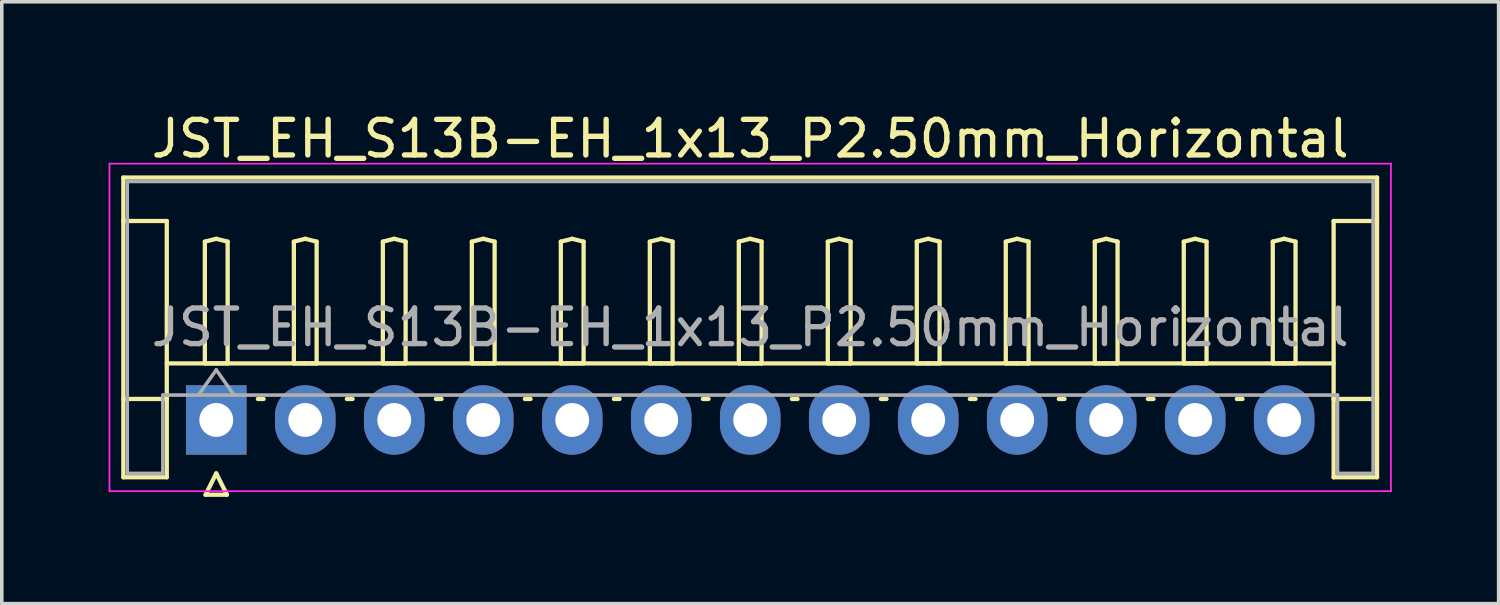
<source format=kicad_pcb>
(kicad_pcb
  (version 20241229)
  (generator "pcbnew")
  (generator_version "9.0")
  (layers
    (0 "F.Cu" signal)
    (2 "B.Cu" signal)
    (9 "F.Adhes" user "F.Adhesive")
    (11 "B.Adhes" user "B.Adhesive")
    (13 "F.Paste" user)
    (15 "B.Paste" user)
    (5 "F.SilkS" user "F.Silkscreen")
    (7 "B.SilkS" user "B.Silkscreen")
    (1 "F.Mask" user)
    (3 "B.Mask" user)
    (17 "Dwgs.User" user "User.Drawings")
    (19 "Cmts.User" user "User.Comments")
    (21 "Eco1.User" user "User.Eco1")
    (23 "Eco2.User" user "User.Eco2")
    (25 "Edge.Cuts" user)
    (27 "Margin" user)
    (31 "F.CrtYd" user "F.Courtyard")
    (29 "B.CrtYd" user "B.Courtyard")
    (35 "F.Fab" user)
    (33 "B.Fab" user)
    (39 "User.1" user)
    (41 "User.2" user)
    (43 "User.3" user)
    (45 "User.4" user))
  (footprint "JST_EH_S13B-EH_1x13_P2.50mm_Horizontal"
    (layer "F.Cu")
    (at 3.025 8.748)
    (property "Reference" "JST_EH_S13B-EH_1x13_P2.50mm_Horizontal" (at 15 -7.9 0) (layer "F.SilkS") (effects (font (size 1 1) (thickness 0.15))))
    (attr through_hole)
    (fp_line (start -2.61 -6.81) (end 32.61 -6.81) (stroke (width 0.12) (type solid)) (layer "F.SilkS"))
    (fp_line (start -2.61 -5.59) (end -1.39 -5.59) (stroke (width 0.12) (type solid)) (layer "F.SilkS"))
    (fp_line (start -2.61 1.61) (end -2.61 -6.81) (stroke (width 0.12) (type solid)) (layer "F.SilkS"))
    (fp_line (start -1.39 -5.59) (end -1.39 -0.59) (stroke (width 0.12) (type solid)) (layer "F.SilkS"))
    (fp_line (start -1.39 -1.59) (end 31.39 -1.59) (stroke (width 0.12) (type solid)) (layer "F.SilkS"))
    (fp_line (start -1.39 -0.59) (end -2.61 -0.59) (stroke (width 0.12) (type solid)) (layer "F.SilkS"))
    (fp_line (start -1.39 -0.59) (end -1.39 1.61) (stroke (width 0.12) (type solid)) (layer "F.SilkS"))
    (fp_line (start -1.39 1.61) (end -2.61 1.61) (stroke (width 0.12) (type solid)) (layer "F.SilkS"))
    (fp_line (start -0.32 -5.01) (end 0 -5.09) (stroke (width 0.12) (type solid)) (layer "F.SilkS"))
    (fp_line (start -0.32 -1.59) (end -0.32 -5.01) (stroke (width 0.12) (type solid)) (layer "F.SilkS"))
    (fp_line (start -0.3 2.1) (end 0.3 2.1) (stroke (width 0.12) (type solid)) (layer "F.SilkS"))
    (fp_line (start 0 -5.09) (end 0.32 -5.01) (stroke (width 0.12) (type solid)) (layer "F.SilkS"))
    (fp_line (start 0 -1.59) (end -0.32 -1.59) (stroke (width 0.12) (type solid)) (layer "F.SilkS"))
    (fp_line (start 0 1.5) (end -0.3 2.1) (stroke (width 0.12) (type solid)) (layer "F.SilkS"))
    (fp_line (start 0.3 2.1) (end 0 1.5) (stroke (width 0.12) (type solid)) (layer "F.SilkS"))
    (fp_line (start 0.32 -5.01) (end 0.32 -1.59) (stroke (width 0.12) (type solid)) (layer "F.SilkS"))
    (fp_line (start 0.32 -1.59) (end 0 -1.59) (stroke (width 0.12) (type solid)) (layer "F.SilkS"))
    (fp_line (start 1.17 -0.59) (end 1.33 -0.59) (stroke (width 0.12) (type solid)) (layer "F.SilkS"))
    (fp_line (start 2.18 -5.01) (end 2.5 -5.09) (stroke (width 0.12) (type solid)) (layer "F.SilkS"))
    (fp_line (start 2.18 -1.59) (end 2.18 -5.01) (stroke (width 0.12) (type solid)) (layer "F.SilkS"))
    (fp_line (start 2.5 -5.09) (end 2.82 -5.01) (stroke (width 0.12) (type solid)) (layer "F.SilkS"))
    (fp_line (start 2.5 -1.59) (end 2.18 -1.59) (stroke (width 0.12) (type solid)) (layer "F.SilkS"))
    (fp_line (start 2.82 -5.01) (end 2.82 -1.59) (stroke (width 0.12) (type solid)) (layer "F.SilkS"))
    (fp_line (start 2.82 -1.59) (end 2.5 -1.59) (stroke (width 0.12) (type solid)) (layer "F.SilkS"))
    (fp_line (start 3.67 -0.59) (end 3.83 -0.59) (stroke (width 0.12) (type solid)) (layer "F.SilkS"))
    (fp_line (start 4.68 -5.01) (end 5 -5.09) (stroke (width 0.12) (type solid)) (layer "F.SilkS"))
    (fp_line (start 4.68 -1.59) (end 4.68 -5.01) (stroke (width 0.12) (type solid)) (layer "F.SilkS"))
    (fp_line (start 5 -5.09) (end 5.32 -5.01) (stroke (width 0.12) (type solid)) (layer "F.SilkS"))
    (fp_line (start 5 -1.59) (end 4.68 -1.59) (stroke (width 0.12) (type solid)) (layer "F.SilkS"))
    (fp_line (start 5.32 -5.01) (end 5.32 -1.59) (stroke (width 0.12) (type solid)) (layer "F.SilkS"))
    (fp_line (start 5.32 -1.59) (end 5 -1.59) (stroke (width 0.12) (type solid)) (layer "F.SilkS"))
    (fp_line (start 6.17 -0.59) (end 6.33 -0.59) (stroke (width 0.12) (type solid)) (layer "F.SilkS"))
    (fp_line (start 7.18 -5.01) (end 7.5 -5.09) (stroke (width 0.12) (type solid)) (layer "F.SilkS"))
    (fp_line (start 7.18 -1.59) (end 7.18 -5.01) (stroke (width 0.12) (type solid)) (layer "F.SilkS"))
    (fp_line (start 7.5 -5.09) (end 7.82 -5.01) (stroke (width 0.12) (type solid)) (layer "F.SilkS"))
    (fp_line (start 7.5 -1.59) (end 7.18 -1.59) (stroke (width 0.12) (type solid)) (layer "F.SilkS"))
    (fp_line (start 7.82 -5.01) (end 7.82 -1.59) (stroke (width 0.12) (type solid)) (layer "F.SilkS"))
    (fp_line (start 7.82 -1.59) (end 7.5 -1.59) (stroke (width 0.12) (type solid)) (layer "F.SilkS"))
    (fp_line (start 8.67 -0.59) (end 8.83 -0.59) (stroke (width 0.12) (type solid)) (layer "F.SilkS"))
    (fp_line (start 9.68 -5.01) (end 10 -5.09) (stroke (width 0.12) (type solid)) (layer "F.SilkS"))
    (fp_line (start 9.68 -1.59) (end 9.68 -5.01) (stroke (width 0.12) (type solid)) (layer "F.SilkS"))
    (fp_line (start 10 -5.09) (end 10.32 -5.01) (stroke (width 0.12) (type solid)) (layer "F.SilkS"))
    (fp_line (start 10 -1.59) (end 9.68 -1.59) (stroke (width 0.12) (type solid)) (layer "F.SilkS"))
    (fp_line (start 10.32 -5.01) (end 10.32 -1.59) (stroke (width 0.12) (type solid)) (layer "F.SilkS"))
    (fp_line (start 10.32 -1.59) (end 10 -1.59) (stroke (width 0.12) (type solid)) (layer "F.SilkS"))
    (fp_line (start 11.17 -0.59) (end 11.33 -0.59) (stroke (width 0.12) (type solid)) (layer "F.SilkS"))
    (fp_line (start 12.18 -5.01) (end 12.5 -5.09) (stroke (width 0.12) (type solid)) (layer "F.SilkS"))
    (fp_line (start 12.18 -1.59) (end 12.18 -5.01) (stroke (width 0.12) (type solid)) (layer "F.SilkS"))
    (fp_line (start 12.5 -5.09) (end 12.82 -5.01) (stroke (width 0.12) (type solid)) (layer "F.SilkS"))
    (fp_line (start 12.5 -1.59) (end 12.18 -1.59) (stroke (width 0.12) (type solid)) (layer "F.SilkS"))
    (fp_line (start 12.82 -5.01) (end 12.82 -1.59) (stroke (width 0.12) (type solid)) (layer "F.SilkS"))
    (fp_line (start 12.82 -1.59) (end 12.5 -1.59) (stroke (width 0.12) (type solid)) (layer "F.SilkS"))
    (fp_line (start 13.67 -0.59) (end 13.83 -0.59) (stroke (width 0.12) (type solid)) (layer "F.SilkS"))
    (fp_line (start 14.68 -5.01) (end 15 -5.09) (stroke (width 0.12) (type solid)) (layer "F.SilkS"))
    (fp_line (start 14.68 -1.59) (end 14.68 -5.01) (stroke (width 0.12) (type solid)) (layer "F.SilkS"))
    (fp_line (start 15 -5.09) (end 15.32 -5.01) (stroke (width 0.12) (type solid)) (layer "F.SilkS"))
    (fp_line (start 15 -1.59) (end 14.68 -1.59) (stroke (width 0.12) (type solid)) (layer "F.SilkS"))
    (fp_line (start 15.32 -5.01) (end 15.32 -1.59) (stroke (width 0.12) (type solid)) (layer "F.SilkS"))
    (fp_line (start 15.32 -1.59) (end 15 -1.59) (stroke (width 0.12) (type solid)) (layer "F.SilkS"))
    (fp_line (start 16.17 -0.59) (end 16.33 -0.59) (stroke (width 0.12) (type solid)) (layer "F.SilkS"))
    (fp_line (start 17.18 -5.01) (end 17.5 -5.09) (stroke (width 0.12) (type solid)) (layer "F.SilkS"))
    (fp_line (start 17.18 -1.59) (end 17.18 -5.01) (stroke (width 0.12) (type solid)) (layer "F.SilkS"))
    (fp_line (start 17.5 -5.09) (end 17.82 -5.01) (stroke (width 0.12) (type solid)) (layer "F.SilkS"))
    (fp_line (start 17.5 -1.59) (end 17.18 -1.59) (stroke (width 0.12) (type solid)) (layer "F.SilkS"))
    (fp_line (start 17.82 -5.01) (end 17.82 -1.59) (stroke (width 0.12) (type solid)) (layer "F.SilkS"))
    (fp_line (start 17.82 -1.59) (end 17.5 -1.59) (stroke (width 0.12) (type solid)) (layer "F.SilkS"))
    (fp_line (start 18.67 -0.59) (end 18.83 -0.59) (stroke (width 0.12) (type solid)) (layer "F.SilkS"))
    (fp_line (start 19.68 -5.01) (end 20 -5.09) (stroke (width 0.12) (type solid)) (layer "F.SilkS"))
    (fp_line (start 19.68 -1.59) (end 19.68 -5.01) (stroke (width 0.12) (type solid)) (layer "F.SilkS"))
    (fp_line (start 20 -5.09) (end 20.32 -5.01) (stroke (width 0.12) (type solid)) (layer "F.SilkS"))
    (fp_line (start 20 -1.59) (end 19.68 -1.59) (stroke (width 0.12) (type solid)) (layer "F.SilkS"))
    (fp_line (start 20.32 -5.01) (end 20.32 -1.59) (stroke (width 0.12) (type solid)) (layer "F.SilkS"))
    (fp_line (start 20.32 -1.59) (end 20 -1.59) (stroke (width 0.12) (type solid)) (layer "F.SilkS"))
    (fp_line (start 21.17 -0.59) (end 21.33 -0.59) (stroke (width 0.12) (type solid)) (layer "F.SilkS"))
    (fp_line (start 22.18 -5.01) (end 22.5 -5.09) (stroke (width 0.12) (type solid)) (layer "F.SilkS"))
    (fp_line (start 22.18 -1.59) (end 22.18 -5.01) (stroke (width 0.12) (type solid)) (layer "F.SilkS"))
    (fp_line (start 22.5 -5.09) (end 22.82 -5.01) (stroke (width 0.12) (type solid)) (layer "F.SilkS"))
    (fp_line (start 22.5 -1.59) (end 22.18 -1.59) (stroke (width 0.12) (type solid)) (layer "F.SilkS"))
    (fp_line (start 22.82 -5.01) (end 22.82 -1.59) (stroke (width 0.12) (type solid)) (layer "F.SilkS"))
    (fp_line (start 22.82 -1.59) (end 22.5 -1.59) (stroke (width 0.12) (type solid)) (layer "F.SilkS"))
    (fp_line (start 23.67 -0.59) (end 23.83 -0.59) (stroke (width 0.12) (type solid)) (layer "F.SilkS"))
    (fp_line (start 24.68 -5.01) (end 25 -5.09) (stroke (width 0.12) (type solid)) (layer "F.SilkS"))
    (fp_line (start 24.68 -1.59) (end 24.68 -5.01) (stroke (width 0.12) (type solid)) (layer "F.SilkS"))
    (fp_line (start 25 -5.09) (end 25.32 -5.01) (stroke (width 0.12) (type solid)) (layer "F.SilkS"))
    (fp_line (start 25 -1.59) (end 24.68 -1.59) (stroke (width 0.12) (type solid)) (layer "F.SilkS"))
    (fp_line (start 25.32 -5.01) (end 25.32 -1.59) (stroke (width 0.12) (type solid)) (layer "F.SilkS"))
    (fp_line (start 25.32 -1.59) (end 25 -1.59) (stroke (width 0.12) (type solid)) (layer "F.SilkS"))
    (fp_line (start 26.17 -0.59) (end 26.33 -0.59) (stroke (width 0.12) (type solid)) (layer "F.SilkS"))
    (fp_line (start 27.18 -5.01) (end 27.5 -5.09) (stroke (width 0.12) (type solid)) (layer "F.SilkS"))
    (fp_line (start 27.18 -1.59) (end 27.18 -5.01) (stroke (width 0.12) (type solid)) (layer "F.SilkS"))
    (fp_line (start 27.5 -5.09) (end 27.82 -5.01) (stroke (width 0.12) (type solid)) (layer "F.SilkS"))
    (fp_line (start 27.5 -1.59) (end 27.18 -1.59) (stroke (width 0.12) (type solid)) (layer "F.SilkS"))
    (fp_line (start 27.82 -5.01) (end 27.82 -1.59) (stroke (width 0.12) (type solid)) (layer "F.SilkS"))
    (fp_line (start 27.82 -1.59) (end 27.5 -1.59) (stroke (width 0.12) (type solid)) (layer "F.SilkS"))
    (fp_line (start 28.67 -0.59) (end 28.83 -0.59) (stroke (width 0.12) (type solid)) (layer "F.SilkS"))
    (fp_line (start 29.68 -5.01) (end 30 -5.09) (stroke (width 0.12) (type solid)) (layer "F.SilkS"))
    (fp_line (start 29.68 -1.59) (end 29.68 -5.01) (stroke (width 0.12) (type solid)) (layer "F.SilkS"))
    (fp_line (start 30 -5.09) (end 30.32 -5.01) (stroke (width 0.12) (type solid)) (layer "F.SilkS"))
    (fp_line (start 30 -1.59) (end 29.68 -1.59) (stroke (width 0.12) (type solid)) (layer "F.SilkS"))
    (fp_line (start 30.32 -5.01) (end 30.32 -1.59) (stroke (width 0.12) (type solid)) (layer "F.SilkS"))
    (fp_line (start 30.32 -1.59) (end 30 -1.59) (stroke (width 0.12) (type solid)) (layer "F.SilkS"))
    (fp_line (start 31.39 -5.59) (end 31.39 -0.59) (stroke (width 0.12) (type solid)) (layer "F.SilkS"))
    (fp_line (start 31.39 -0.59) (end 32.61 -0.59) (stroke (width 0.12) (type solid)) (layer "F.SilkS"))
    (fp_line (start 31.39 1.61) (end 31.39 -0.59) (stroke (width 0.12) (type solid)) (layer "F.SilkS"))
    (fp_line (start 32.61 -6.81) (end 32.61 1.61) (stroke (width 0.12) (type solid)) (layer "F.SilkS"))
    (fp_line (start 32.61 -5.59) (end 31.39 -5.59) (stroke (width 0.12) (type solid)) (layer "F.SilkS"))
    (fp_line (start 32.61 1.61) (end 31.39 1.61) (stroke (width 0.12) (type solid)) (layer "F.SilkS"))
    (fp_line (start -3 -7.2) (end -3 2) (stroke (width 0.05) (type solid)) (layer "F.CrtYd"))
    (fp_line (start -3 2) (end 33 2) (stroke (width 0.05) (type solid)) (layer "F.CrtYd"))
    (fp_line (start 33 -7.2) (end -3 -7.2) (stroke (width 0.05) (type solid)) (layer "F.CrtYd"))
    (fp_line (start 33 2) (end 33 -7.2) (stroke (width 0.05) (type solid)) (layer "F.CrtYd"))
    (fp_line (start -2.5 -6.7) (end 32.5 -6.7) (stroke (width 0.1) (type solid)) (layer "F.Fab"))
    (fp_line (start -2.5 1.5) (end -2.5 -6.7) (stroke (width 0.1) (type solid)) (layer "F.Fab"))
    (fp_line (start -1.5 -0.7) (end -1.5 1.5) (stroke (width 0.1) (type solid)) (layer "F.Fab"))
    (fp_line (start -1.5 1.5) (end -2.5 1.5) (stroke (width 0.1) (type solid)) (layer "F.Fab"))
    (fp_line (start -0.5 -0.7) (end 0 -1.407) (stroke (width 0.1) (type solid)) (layer "F.Fab"))
    (fp_line (start 0 -1.407) (end 0.5 -0.7) (stroke (width 0.1) (type solid)) (layer "F.Fab"))
    (fp_line (start 31.5 -0.7) (end -1.5 -0.7) (stroke (width 0.1) (type solid)) (layer "F.Fab"))
    (fp_line (start 31.5 1.5) (end 31.5 -0.7) (stroke (width 0.1) (type solid)) (layer "F.Fab"))
    (fp_line (start 32.5 -6.7) (end 32.5 1.5) (stroke (width 0.1) (type solid)) (layer "F.Fab"))
    (fp_line (start 32.5 1.5) (end 31.5 1.5) (stroke (width 0.1) (type solid)) (layer "F.Fab"))
    (fp_text user "${REFERENCE}" (at 15 -2.6 0) (layer "F.Fab") (effects (font (size 1 1) (thickness 0.15))))
    (pad "1" thru_hole rect (at 0 0) (size 1.7 1.95) (drill 0.95) (layers "*.Cu" "*.Mask"))
    (pad "2" thru_hole oval (at 2.5 0) (size 1.7 1.95) (drill 0.95) (layers "*.Cu" "*.Mask"))
    (pad "3" thru_hole oval (at 5 0) (size 1.7 1.95) (drill 0.95) (layers "*.Cu" "*.Mask"))
    (pad "4" thru_hole oval (at 7.5 0) (size 1.7 1.95) (drill 0.95) (layers "*.Cu" "*.Mask"))
    (pad "5" thru_hole oval (at 10 0) (size 1.7 1.95) (drill 0.95) (layers "*.Cu" "*.Mask"))
    (pad "6" thru_hole oval (at 12.5 0) (size 1.7 1.95) (drill 0.95) (layers "*.Cu" "*.Mask"))
    (pad "7" thru_hole oval (at 15 0) (size 1.7 1.95) (drill 0.95) (layers "*.Cu" "*.Mask"))
    (pad "8" thru_hole oval (at 17.5 0) (size 1.7 1.95) (drill 0.95) (layers "*.Cu" "*.Mask"))
    (pad "9" thru_hole oval (at 20 0) (size 1.7 1.95) (drill 0.95) (layers "*.Cu" "*.Mask"))
    (pad "10" thru_hole oval (at 22.5 0) (size 1.7 1.95) (drill 0.95) (layers "*.Cu" "*.Mask"))
    (pad "11" thru_hole oval (at 25 0) (size 1.7 1.95) (drill 0.95) (layers "*.Cu" "*.Mask"))
    (pad "12" thru_hole oval (at 27.5 0) (size 1.7 1.95) (drill 0.95) (layers "*.Cu" "*.Mask"))
    (pad "13" thru_hole oval (at 30 0) (size 1.7 1.95) (drill 0.95) (layers "*.Cu" "*.Mask")))
  (gr_rect
    (start -3 -3)
    (end 39.05 13.908)
    (stroke (width 0.1) (type default))
    (fill no)
    (layer "Edge.Cuts")))
</source>
